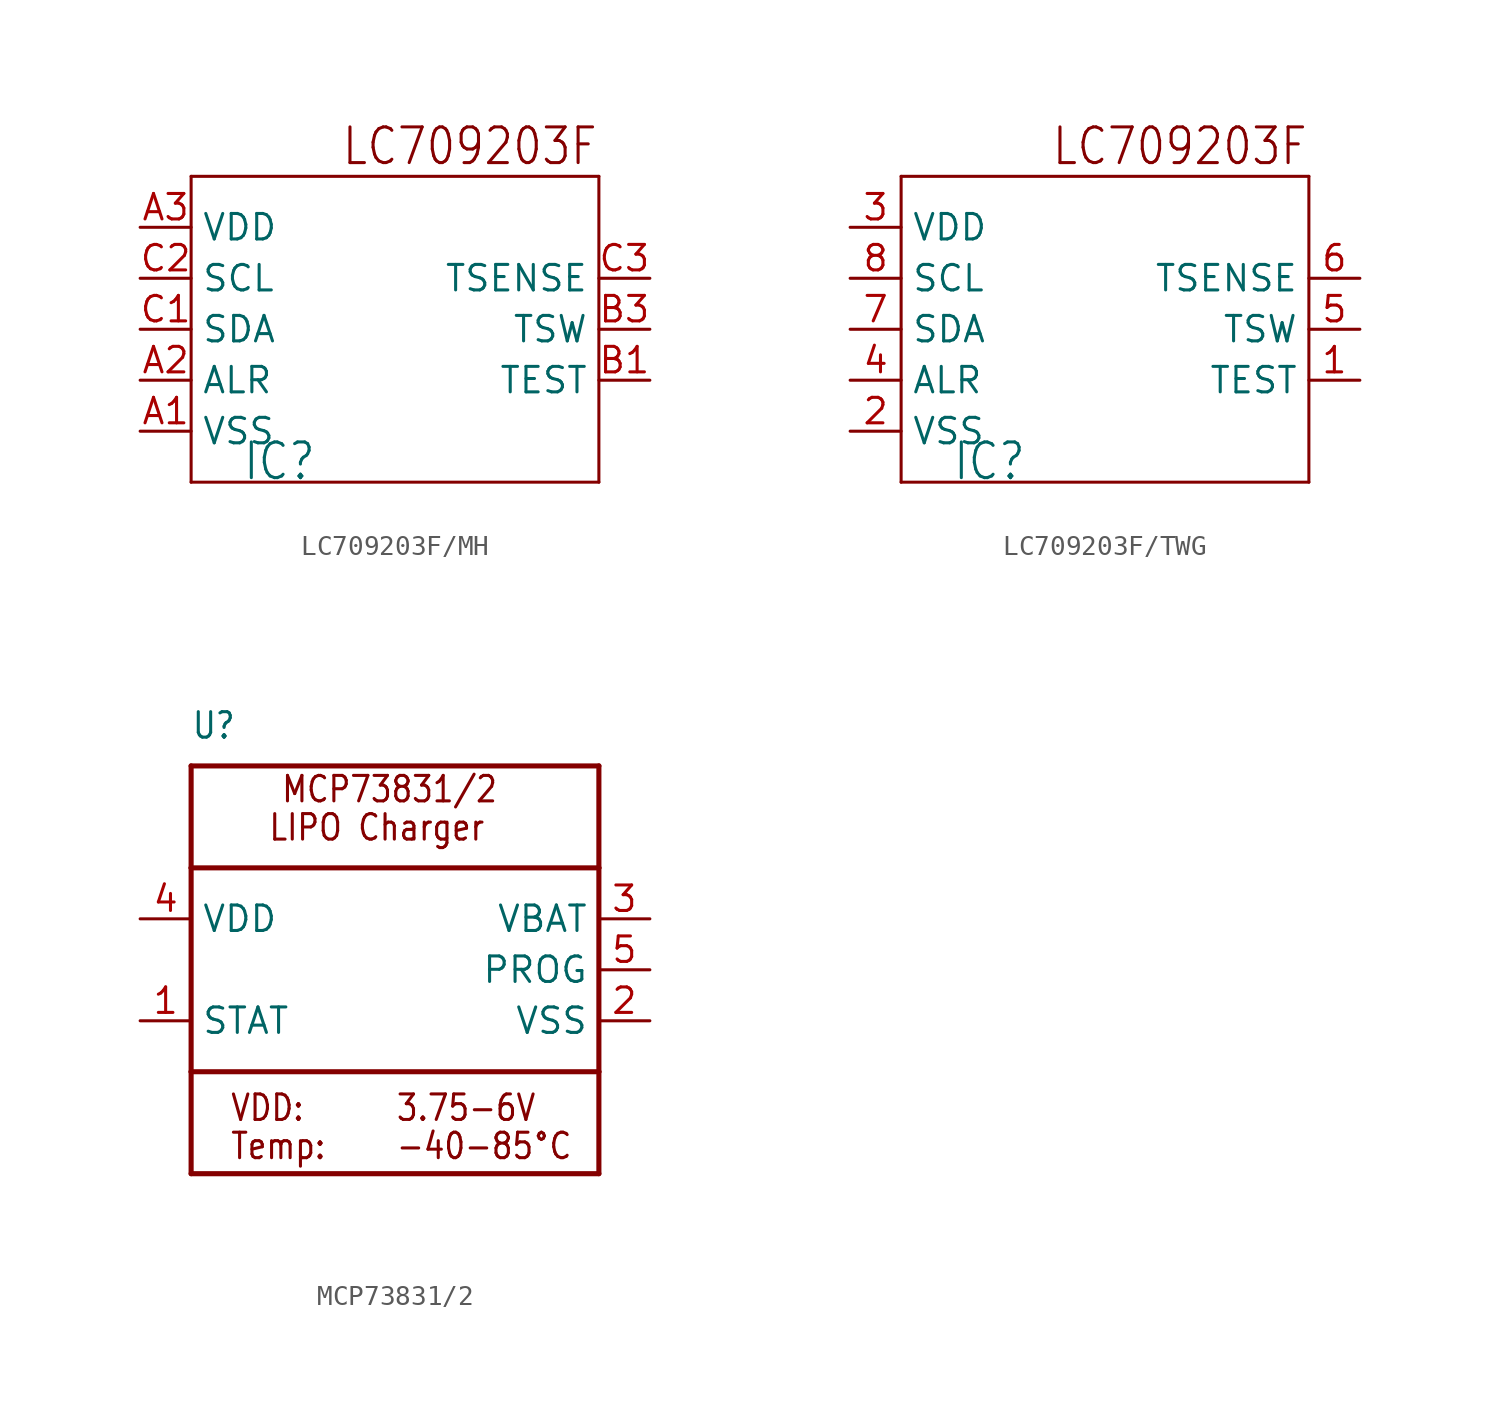
<source format=kicad_sym>
(kicad_symbol_lib
  (version 20231120)
  (generator "kicad_symbol_editor")
  (generator_version "8.0")
  (symbol "LC709203F/MH"
    (property "Reference" "IC"
      (at -7.62 -7.62 0)
      (effects (font (size 1.778 1.511)) (justify left bottom)))
    (property "ki_locked" ""
      (at 0 0 0)
      (effects (font (size 1.27 1.27))))
    (symbol "LC709203F/MH_1_0"
      (polyline (pts (xy -10.16 -7.62) (xy -10.16 7.62)) (stroke (width 0.152) (type solid)) (fill (type none)))
      (polyline (pts (xy -10.16 7.62) (xy 10.16 7.62)) (stroke (width 0.152) (type solid)) (fill (type none)))
      (polyline (pts (xy 10.16 -7.62) (xy -10.16 -7.62)) (stroke (width 0.152) (type solid)) (fill (type none)))
      (polyline (pts (xy 10.16 7.62) (xy 10.16 -7.62)) (stroke (width 0.152) (type solid)) (fill (type none)))
      (text "LC709203F" (at 10.16 10.16 0) (effects (font (size 1.778 1.511)) (justify right top)))
      (pin power_in line (at -12.7 -5.08 0) (length 2.54) (name "VSS" (effects (font (size 1.27 1.27)))) (number "A1" (effects (font (size 1.27 1.27)))))
      (pin output line (at -12.7 -2.54 0) (length 2.54) (name "ALR" (effects (font (size 1.27 1.27)))) (number "A2" (effects (font (size 1.27 1.27)))))
      (pin power_in line (at -12.7 5.08 0) (length 2.54) (name "VDD" (effects (font (size 1.27 1.27)))) (number "A3" (effects (font (size 1.27 1.27)))))
      (pin input line (at 12.7 -2.54 180) (length 2.54) (name "TEST" (effects (font (size 1.27 1.27)))) (number "B1" (effects (font (size 1.27 1.27)))))
      (pin output line (at 12.7 0 180) (length 2.54) (name "TSW" (effects (font (size 1.27 1.27)))) (number "B3" (effects (font (size 1.27 1.27)))))
      (pin bidirectional line (at -12.7 0 0) (length 2.54) (name "SDA" (effects (font (size 1.27 1.27)))) (number "C1" (effects (font (size 1.27 1.27)))))
      (pin bidirectional line (at -12.7 2.54 0) (length 2.54) (name "SCL" (effects (font (size 1.27 1.27)))) (number "C2" (effects (font (size 1.27 1.27)))))
      (pin passive line (at 12.7 2.54 180) (length 2.54) (name "TSENSE" (effects (font (size 1.27 1.27)))) (number "C3" (effects (font (size 1.27 1.27)))))))
  (symbol "LC709203F/TWG"
    (property "Reference" "IC"
      (at -7.62 -7.62 0)
      (effects (font (size 1.778 1.511)) (justify left bottom)))
    (property "ki_locked" ""
      (at 0 0 0)
      (effects (font (size 1.27 1.27))))
    (symbol "LC709203F/TWG_1_0"
      (polyline (pts (xy -10.16 -7.62) (xy -10.16 7.62)) (stroke (width 0.152) (type solid)) (fill (type none)))
      (polyline (pts (xy -10.16 7.62) (xy 10.16 7.62)) (stroke (width 0.152) (type solid)) (fill (type none)))
      (polyline (pts (xy 10.16 -7.62) (xy -10.16 -7.62)) (stroke (width 0.152) (type solid)) (fill (type none)))
      (polyline (pts (xy 10.16 7.62) (xy 10.16 -7.62)) (stroke (width 0.152) (type solid)) (fill (type none)))
      (text "LC709203F" (at 10.16 10.16 0) (effects (font (size 1.778 1.511)) (justify right top)))
      (pin input line (at 12.7 -2.54 180) (length 2.54) (name "TEST" (effects (font (size 1.27 1.27)))) (number "1" (effects (font (size 1.27 1.27)))))
      (pin power_in line (at -12.7 -5.08 0) (length 2.54) (name "VSS" (effects (font (size 1.27 1.27)))) (number "2" (effects (font (size 1.27 1.27)))))
      (pin power_in line (at -12.7 5.08 0) (length 2.54) (name "VDD" (effects (font (size 1.27 1.27)))) (number "3" (effects (font (size 1.27 1.27)))))
      (pin output line (at -12.7 -2.54 0) (length 2.54) (name "ALR" (effects (font (size 1.27 1.27)))) (number "4" (effects (font (size 1.27 1.27)))))
      (pin output line (at 12.7 0 180) (length 2.54) (name "TSW" (effects (font (size 1.27 1.27)))) (number "5" (effects (font (size 1.27 1.27)))))
      (pin passive line (at 12.7 2.54 180) (length 2.54) (name "TSENSE" (effects (font (size 1.27 1.27)))) (number "6" (effects (font (size 1.27 1.27)))))
      (pin bidirectional line (at -12.7 0 0) (length 2.54) (name "SDA" (effects (font (size 1.27 1.27)))) (number "7" (effects (font (size 1.27 1.27)))))
      (pin bidirectional line (at -12.7 2.54 0) (length 2.54) (name "SCL" (effects (font (size 1.27 1.27)))) (number "8" (effects (font (size 1.27 1.27)))))))
  (symbol "MCP73831/2"
    (property "Reference" "U"
      (at -10.16 11.43 0)
      (effects (font (size 1.27 1.079)) (justify left bottom)))
    (property "Value" ""
      (at -10.16 -12.7 0)
      (effects (font (size 1.27 1.079)) (justify left bottom)))
    (property "ki_locked" ""
      (at 0 0 0)
      (effects (font (size 1.27 1.27))))
    (symbol "MCP73831/2_1_0"
      (polyline (pts (xy -10.16 -5.08) (xy -10.16 -10.16)) (stroke (width 0.254) (type solid)) (fill (type none)))
      (polyline (pts (xy -10.16 -5.08) (xy -10.16 5.08)) (stroke (width 0.254) (type solid)) (fill (type none)))
      (polyline (pts (xy -10.16 5.08) (xy 10.16 5.08)) (stroke (width 0.254) (type solid)) (fill (type none)))
      (polyline (pts (xy -10.16 10.16) (xy -10.16 5.08)) (stroke (width 0.254) (type solid)) (fill (type none)))
      (polyline (pts (xy -10.16 10.16) (xy 10.16 10.16)) (stroke (width 0.254) (type solid)) (fill (type none)))
      (polyline (pts (xy 10.16 -10.16) (xy -10.16 -10.16)) (stroke (width 0.254) (type solid)) (fill (type none)))
      (polyline (pts (xy 10.16 -5.08) (xy -10.16 -5.08)) (stroke (width 0.254) (type solid)) (fill (type none)))
      (polyline (pts (xy 10.16 -5.08) (xy 10.16 -10.16)) (stroke (width 0.254) (type solid)) (fill (type none)))
      (polyline (pts (xy 10.16 5.08) (xy 10.16 -5.08)) (stroke (width 0.254) (type solid)) (fill (type none)))
      (polyline (pts (xy 10.16 10.16) (xy 10.16 5.08)) (stroke (width 0.254) (type solid)) (fill (type none)))
      (text "-40-85°C" (at 0 -9.525 0) (effects (font (size 1.27 1.079)) (justify left bottom)))
      (text "3.75-6V" (at 0 -7.62 0) (effects (font (size 1.27 1.079)) (justify left bottom)))
      (text "LIPO Charger" (at -6.35 6.35 0) (effects (font (size 1.27 1.079)) (justify left bottom)))
      (text "MCP73831/2" (at -5.715 8.255 0) (effects (font (size 1.27 1.079)) (justify left bottom)))
      (text "Temp:" (at -8.255 -9.525 0) (effects (font (size 1.27 1.079)) (justify left bottom)))
      (text "VDD:" (at -8.255 -7.62 0) (effects (font (size 1.27 1.079)) (justify left bottom)))
      (pin output line (at -12.7 -2.54 0) (length 2.54) (name "STAT" (effects (font (size 1.27 1.27)))) (number "1" (effects (font (size 1.27 1.27)))))
      (pin power_in line (at 12.7 -2.54 180) (length 2.54) (name "VSS" (effects (font (size 1.27 1.27)))) (number "2" (effects (font (size 1.27 1.27)))))
      (pin power_in line (at 12.7 2.54 180) (length 2.54) (name "VBAT" (effects (font (size 1.27 1.27)))) (number "3" (effects (font (size 1.27 1.27)))))
      (pin power_in line (at -12.7 2.54 0) (length 2.54) (name "VDD" (effects (font (size 1.27 1.27)))) (number "4" (effects (font (size 1.27 1.27)))))
      (pin input line (at 12.7 0 180) (length 2.54) (name "PROG" (effects (font (size 1.27 1.27)))) (number "5" (effects (font (size 1.27 1.27))))))))
</source>
